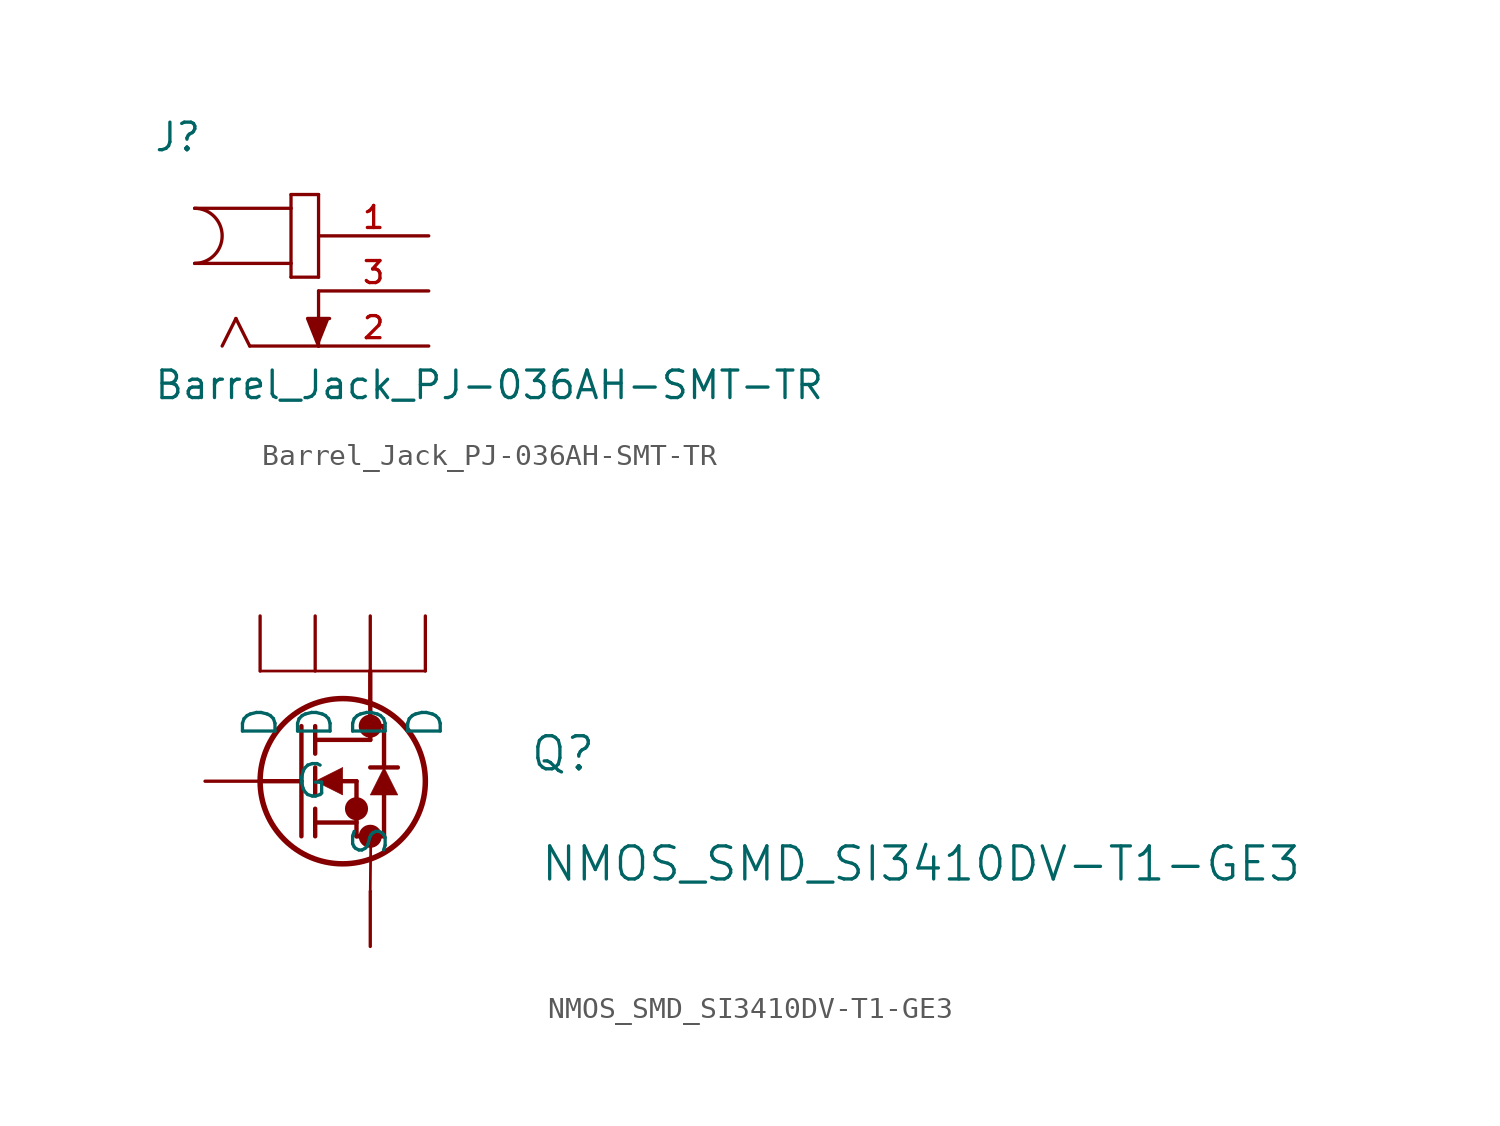
<source format=kicad_sym>
(kicad_symbol_lib
  (version 20201005)
  (generator kicad_symbol_editor)
  (symbol "NB3_power:Barrel_Jack_PJ-036AH-SMT-TR"
    (pin_names
      (offset 1.016) hide)
    (property "Reference" "J"
      (at 0 1.27 0)
      (effects (font (size 1.27 1.27)) (justify left bottom)))
    (property "Value" "Barrel_Jack_PJ-036AH-SMT-TR"
      (at 0 -10.16 0)
      (effects (font (size 1.27 1.27)) (justify left bottom)))
    (symbol "Barrel_Jack_PJ-036AH-SMT-TR_0_0"
      (arc (start 1.905 -3.81) (end 1.905 -1.27) (radius (at 1.905 -2.54) (length 1.27) (angles 89.9 -90)) (stroke (width 0.1524)) (fill (type none)))
      (polyline (pts (xy 1.905 -1.27) (xy 6.35 -1.27)) (stroke (width 0.152)) (fill (type none)))
      (polyline (pts (xy 3.81 -6.35) (xy 3.175 -7.62)) (stroke (width 0.152)) (fill (type none)))
      (polyline (pts (xy 4.445 -7.62) (xy 3.81 -6.35)) (stroke (width 0.152)) (fill (type none)))
      (polyline (pts (xy 6.35 -4.445) (xy 7.62 -4.445)) (stroke (width 0.152)) (fill (type none)))
      (polyline (pts (xy 6.35 -3.81) (xy 1.905 -3.81)) (stroke (width 0.152)) (fill (type none)))
      (polyline (pts (xy 6.35 -3.81) (xy 6.35 -4.445)) (stroke (width 0.152)) (fill (type none)))
      (polyline (pts (xy 6.35 -1.27) (xy 6.35 -3.81)) (stroke (width 0.152)) (fill (type none)))
      (polyline (pts (xy 6.35 -0.635) (xy 6.35 -1.27)) (stroke (width 0.152)) (fill (type none)))
      (polyline (pts (xy 7.62 -7.62) (xy 4.445 -7.62)) (stroke (width 0.152)) (fill (type none)))
      (polyline (pts (xy 7.62 -5.08) (xy 7.62 -7.62)) (stroke (width 0.152)) (fill (type none)))
      (polyline (pts (xy 7.62 -4.445) (xy 7.62 -0.635)) (stroke (width 0.152)) (fill (type none)))
      (polyline (pts (xy 7.62 -0.635) (xy 6.35 -0.635)) (stroke (width 0.152)) (fill (type none)))
      (polyline (pts (xy 7.62 -7.62) (xy 7.112 -6.35) (xy 8.128 -6.35)) (stroke (width 0.152)) (fill (type outline)))
      (pin passive line (at 12.7 -2.54 180) (length 5.08) (name "1" (effects (font (size 1.016 1.016)))) (number "1" (effects (font (size 1.016 1.016)))))
      (pin passive line (at 12.7 -7.62 180) (length 5.08) (name "2" (effects (font (size 1.016 1.016)))) (number "2" (effects (font (size 1.016 1.016)))))
      (pin passive line (at 12.7 -5.08 180) (length 5.08) (name "3" (effects (font (size 1.016 1.016)))) (number "3" (effects (font (size 1.016 1.016)))))))
  (symbol "NB3_power:NMOS_SMD_SI3410DV-T1-GE3"
    (pin_numbers hide)
    (pin_names
      (offset 1.524))
    (property "Reference" "Q"
      (at 16.51 1.27 0)
      (effects (font (size 1.524 1.524))))
    (property "Value" "NMOS_SMD_SI3410DV-T1-GE3"
      (at 33.02 -3.81 0)
      (effects (font (size 1.524 1.524))))
    (property "Datasheet" ""
      (at 0 0 0)
      (effects (font (size 1.524 1.524))))
    (property "ki_locked" ""
      (at 0 0 0)
      (effects (font (size 1.27 1.27))))
    (symbol "NMOS_SMD_SI3410DV-T1-GE3_1_1"
      (circle (center 7.62 2.54) (radius 0.025) (stroke (width 0.508)) (fill (type none)))
      (circle (center 7.62 -2.54) (radius 0.025) (stroke (width 0.508)) (fill (type none)))
      (circle (center 6.985 -1.27) (radius 0.025) (stroke (width 0.508)) (fill (type none)))
      (circle (center 6.35 0) (radius 3.81) (stroke (width 0.254)) (fill (type none)))
      (polyline (pts (xy 6.35 0.635) (xy 5.08 0) (xy 6.35 -0.635) (xy 6.35 0.635)) (stroke (width 0.025)) (fill (type outline)))
      (polyline (pts (xy 8.89 -0.635) (xy 7.62 -0.635) (xy 8.255 0.635) (xy 8.89 -0.635)) (stroke (width 0.025)) (fill (type outline)))
      (polyline (pts (xy 2.54 0) (xy 4.445 0)) (stroke (width 0.203)) (fill (type none)))
      (polyline (pts (xy 4.445 -2.54) (xy 4.445 2.54)) (stroke (width 0.203)) (fill (type none)))
      (polyline (pts (xy 5.08 -0.635) (xy 5.08 0.635)) (stroke (width 0.203)) (fill (type none)))
      (polyline (pts (xy 5.08 -2.54) (xy 5.08 -1.27)) (stroke (width 0.203)) (fill (type none)))
      (polyline (pts (xy 5.08 1.27) (xy 5.08 2.54)) (stroke (width 0.203)) (fill (type none)))
      (polyline (pts (xy 6.35 0) (xy 6.985 0)) (stroke (width 0.203)) (fill (type none)))
      (polyline (pts (xy 5.08 -1.905) (xy 6.985 -1.905)) (stroke (width 0.203)) (fill (type none)))
      (polyline (pts (xy 6.985 -2.54) (xy 6.985 0)) (stroke (width 0.203)) (fill (type none)))
      (polyline (pts (xy 6.985 -2.54) (xy 8.255 -2.54)) (stroke (width 0.203)) (fill (type none)))
      (polyline (pts (xy 5.08 1.905) (xy 7.62 1.905)) (stroke (width 0.203)) (fill (type none)))
      (polyline (pts (xy 8.255 0.635) (xy 8.255 2.54)) (stroke (width 0.203)) (fill (type none)))
      (polyline (pts (xy 8.255 -2.54) (xy 8.255 -0.635)) (stroke (width 0.203)) (fill (type none)))
      (polyline (pts (xy 8.89 0.635) (xy 7.62 0.635)) (stroke (width 0.203)) (fill (type none)))
      (polyline (pts (xy 7.62 2.54) (xy 8.255 2.54)) (stroke (width 0.203)) (fill (type none)))
      (polyline (pts (xy 7.62 5.08) (xy 7.62 1.905)) (stroke (width 0.203)) (fill (type none)))
      (polyline (pts (xy 2.54 5.08) (xy 10.16 5.08)) (stroke (width 0.127)) (fill (type none)))
      (polyline (pts (xy 7.645 -2.54) (xy 7.62 -5.08)) (stroke (width 0.127)) (fill (type none)))
      (pin unspecified line (at 2.54 7.62 270) (length 2.54) (name "D" (effects (font (size 1.499 1.499)))) (number "1" (effects (font (size 1.499 1.499)))))
      (pin unspecified line (at 5.08 7.62 270) (length 2.54) (name "D" (effects (font (size 1.499 1.499)))) (number "2" (effects (font (size 1.499 1.499)))))
      (pin unspecified line (at 0 0 0) (length 2.54) (name "G" (effects (font (size 1.499 1.499)))) (number "3" (effects (font (size 1.499 1.499)))))
      (pin unspecified line (at 7.62 -7.62 90) (length 2.54) (name "S" (effects (font (size 1.499 1.499)))) (number "4" (effects (font (size 1.499 1.499)))))
      (pin unspecified line (at 7.62 7.62 270) (length 2.54) (name "D" (effects (font (size 1.499 1.499)))) (number "5" (effects (font (size 1.499 1.499)))))
      (pin unspecified line (at 10.16 7.62 270) (length 2.54) (name "D" (effects (font (size 1.499 1.499)))) (number "6" (effects (font (size 1.499 1.499))))))))
</source>
